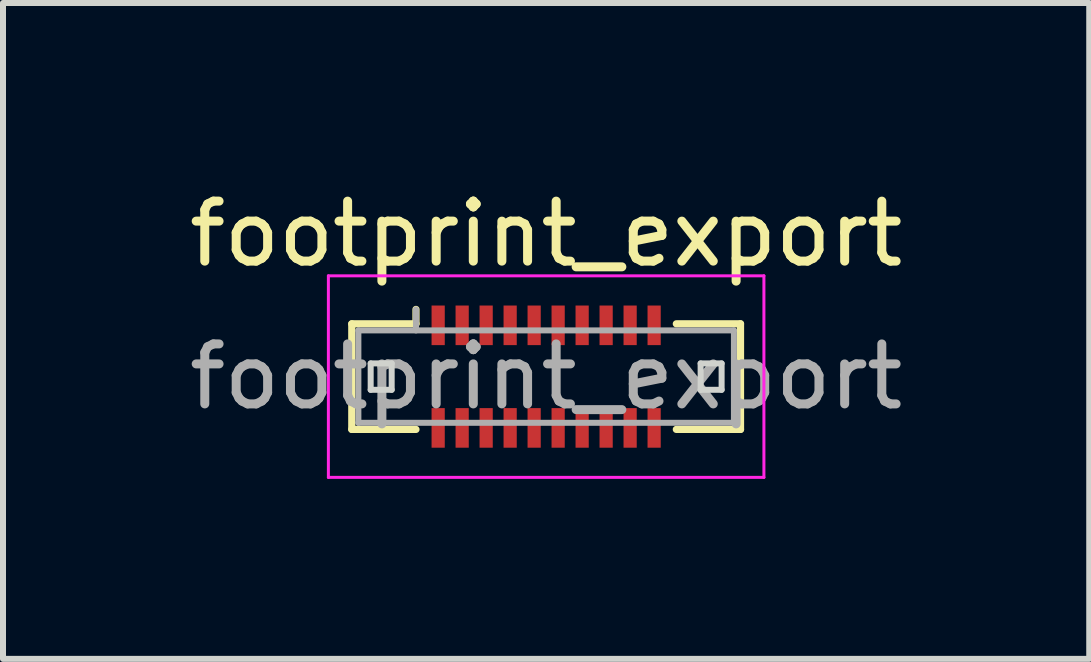
<source format=kicad_pcb>
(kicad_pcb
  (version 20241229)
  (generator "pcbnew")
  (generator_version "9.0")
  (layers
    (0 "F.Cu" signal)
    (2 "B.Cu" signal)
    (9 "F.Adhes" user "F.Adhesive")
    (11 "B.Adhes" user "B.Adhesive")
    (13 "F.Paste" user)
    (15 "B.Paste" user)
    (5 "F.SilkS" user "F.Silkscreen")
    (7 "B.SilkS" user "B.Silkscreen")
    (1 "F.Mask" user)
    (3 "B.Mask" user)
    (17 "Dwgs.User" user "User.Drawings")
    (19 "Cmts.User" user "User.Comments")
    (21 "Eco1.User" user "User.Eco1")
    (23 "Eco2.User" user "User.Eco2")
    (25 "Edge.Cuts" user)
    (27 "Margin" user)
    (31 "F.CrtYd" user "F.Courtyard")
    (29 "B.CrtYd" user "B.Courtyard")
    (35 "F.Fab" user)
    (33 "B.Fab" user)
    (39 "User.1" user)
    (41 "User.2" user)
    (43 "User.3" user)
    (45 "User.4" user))
  (footprint "footprint_export"
    (layer "F.Cu")
    (at 6.054 3.228)
    (property "Reference" "footprint_export" (at 0 -2.38 0) (layer "F.SilkS") (effects (font (size 1 1) (thickness 0.15))))
    (attr smd)
    (fp_line (start -3.24 -0.88) (end -2.17 -0.88) (stroke (width 0.12) (type solid)) (layer "F.SilkS"))
    (fp_line (start -3.24 0.88) (end -3.24 -0.88) (stroke (width 0.12) (type solid)) (layer "F.SilkS"))
    (fp_line (start -2.17 -0.88) (end -2.17 -1.12) (stroke (width 0.12) (type solid)) (layer "F.SilkS"))
    (fp_line (start -2.17 0.88) (end -3.24 0.88) (stroke (width 0.12) (type solid)) (layer "F.SilkS"))
    (fp_line (start 2.17 0.88) (end 3.24 0.88) (stroke (width 0.12) (type solid)) (layer "F.SilkS"))
    (fp_line (start 3.24 -0.88) (end 2.17 -0.88) (stroke (width 0.12) (type solid)) (layer "F.SilkS"))
    (fp_line (start 3.24 0.88) (end 3.24 -0.88) (stroke (width 0.12) (type solid)) (layer "F.SilkS"))
    (fp_line (start -2.925 -0.22) (end -2.925 0.22) (stroke (width 0.1) (type solid)) (layer "Edge.Cuts"))
    (fp_line (start -2.925 0.22) (end -2.575 0.22) (stroke (width 0.1) (type solid)) (layer "Edge.Cuts"))
    (fp_line (start -2.575 -0.22) (end -2.925 -0.22) (stroke (width 0.1) (type solid)) (layer "Edge.Cuts"))
    (fp_line (start -2.575 0.22) (end -2.575 -0.22) (stroke (width 0.1) (type solid)) (layer "Edge.Cuts"))
    (fp_line (start 2.575 -0.22) (end 2.575 0.22) (stroke (width 0.1) (type solid)) (layer "Edge.Cuts"))
    (fp_line (start 2.575 0.22) (end 2.925 0.22) (stroke (width 0.1) (type solid)) (layer "Edge.Cuts"))
    (fp_line (start 2.925 -0.22) (end 2.575 -0.22) (stroke (width 0.1) (type solid)) (layer "Edge.Cuts"))
    (fp_line (start 2.925 0.22) (end 2.925 -0.22) (stroke (width 0.1) (type solid)) (layer "Edge.Cuts"))
    (fp_line (start -3.63 -1.68) (end -3.63 1.68) (stroke (width 0.05) (type solid)) (layer "F.CrtYd"))
    (fp_line (start -3.63 1.68) (end 3.63 1.68) (stroke (width 0.05) (type solid)) (layer "F.CrtYd"))
    (fp_line (start 3.63 -1.68) (end -3.63 -1.68) (stroke (width 0.05) (type solid)) (layer "F.CrtYd"))
    (fp_line (start 3.63 1.68) (end 3.63 -1.68) (stroke (width 0.05) (type solid)) (layer "F.CrtYd"))
    (fp_line (start -3.13 -0.77) (end -3.13 0.77) (stroke (width 0.1) (type solid)) (layer "F.Fab"))
    (fp_line (start -3.13 0.77) (end 3.13 0.77) (stroke (width 0.1) (type solid)) (layer "F.Fab"))
    (fp_line (start -2.17 -0.77) (end -2.17 -1.12) (stroke (width 0.1) (type solid)) (layer "F.Fab"))
    (fp_line (start 3.13 -0.77) (end -3.13 -0.77) (stroke (width 0.1) (type solid)) (layer "F.Fab"))
    (fp_line (start 3.13 0.77) (end 3.13 -0.77) (stroke (width 0.1) (type solid)) (layer "F.Fab"))
    (fp_text user "${REFERENCE}" (at 0 0 0) (layer "F.Fab") (effects (font (size 1 1) (thickness 0.15))))
    (pad "1" smd rect (at -1.8 -0.855) (size 0.22 0.66) (layers "F.Cu" "F.Mask" "F.Paste"))
    (pad "2" smd rect (at -1.8 0.855) (size 0.22 0.66) (layers "F.Cu" "F.Mask" "F.Paste"))
    (pad "3" smd rect (at -1.4 -0.855) (size 0.22 0.66) (layers "F.Cu" "F.Mask" "F.Paste"))
    (pad "4" smd rect (at -1.4 0.855) (size 0.22 0.66) (layers "F.Cu" "F.Mask" "F.Paste"))
    (pad "5" smd rect (at -1 -0.855) (size 0.22 0.66) (layers "F.Cu" "F.Mask" "F.Paste"))
    (pad "6" smd rect (at -1 0.855) (size 0.22 0.66) (layers "F.Cu" "F.Mask" "F.Paste"))
    (pad "7" smd rect (at -0.6 -0.855) (size 0.22 0.66) (layers "F.Cu" "F.Mask" "F.Paste"))
    (pad "8" smd rect (at -0.6 0.855) (size 0.22 0.66) (layers "F.Cu" "F.Mask" "F.Paste"))
    (pad "9" smd rect (at -0.2 -0.855) (size 0.22 0.66) (layers "F.Cu" "F.Mask" "F.Paste"))
    (pad "10" smd rect (at -0.2 0.855) (size 0.22 0.66) (layers "F.Cu" "F.Mask" "F.Paste"))
    (pad "11" smd rect (at 0.2 -0.855) (size 0.22 0.66) (layers "F.Cu" "F.Mask" "F.Paste"))
    (pad "12" smd rect (at 0.2 0.855) (size 0.22 0.66) (layers "F.Cu" "F.Mask" "F.Paste"))
    (pad "13" smd rect (at 0.6 -0.855) (size 0.22 0.66) (layers "F.Cu" "F.Mask" "F.Paste"))
    (pad "14" smd rect (at 0.6 0.855) (size 0.22 0.66) (layers "F.Cu" "F.Mask" "F.Paste"))
    (pad "15" smd rect (at 1 -0.855) (size 0.22 0.66) (layers "F.Cu" "F.Mask" "F.Paste"))
    (pad "16" smd rect (at 1 0.855) (size 0.22 0.66) (layers "F.Cu" "F.Mask" "F.Paste"))
    (pad "17" smd rect (at 1.4 -0.855) (size 0.22 0.66) (layers "F.Cu" "F.Mask" "F.Paste"))
    (pad "18" smd rect (at 1.4 0.855) (size 0.22 0.66) (layers "F.Cu" "F.Mask" "F.Paste"))
    (pad "19" smd rect (at 1.8 -0.855) (size 0.22 0.66) (layers "F.Cu" "F.Mask" "F.Paste"))
    (pad "20" smd rect (at 1.8 0.855) (size 0.22 0.66) (layers "F.Cu" "F.Mask" "F.Paste")))
  (gr_rect
    (start -3 -3)
    (end 15.107 7.933)
    (stroke (width 0.1) (type default))
    (fill no)
    (layer "Edge.Cuts")))
</source>
